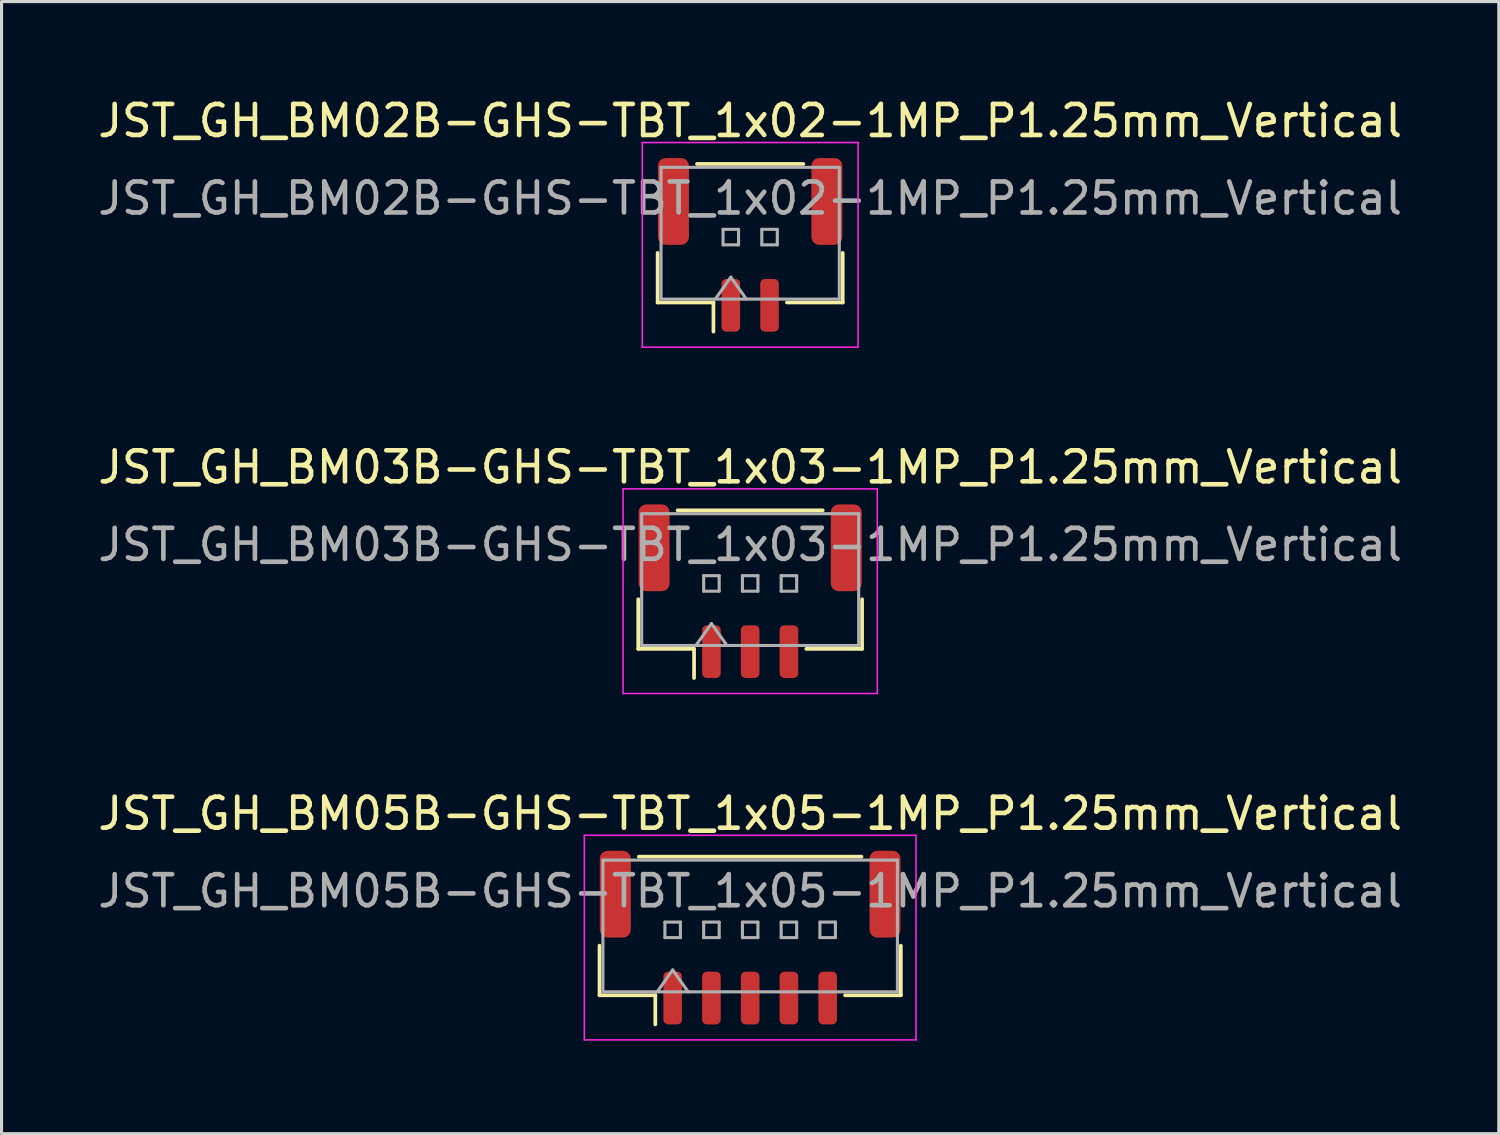
<source format=kicad_pcb>
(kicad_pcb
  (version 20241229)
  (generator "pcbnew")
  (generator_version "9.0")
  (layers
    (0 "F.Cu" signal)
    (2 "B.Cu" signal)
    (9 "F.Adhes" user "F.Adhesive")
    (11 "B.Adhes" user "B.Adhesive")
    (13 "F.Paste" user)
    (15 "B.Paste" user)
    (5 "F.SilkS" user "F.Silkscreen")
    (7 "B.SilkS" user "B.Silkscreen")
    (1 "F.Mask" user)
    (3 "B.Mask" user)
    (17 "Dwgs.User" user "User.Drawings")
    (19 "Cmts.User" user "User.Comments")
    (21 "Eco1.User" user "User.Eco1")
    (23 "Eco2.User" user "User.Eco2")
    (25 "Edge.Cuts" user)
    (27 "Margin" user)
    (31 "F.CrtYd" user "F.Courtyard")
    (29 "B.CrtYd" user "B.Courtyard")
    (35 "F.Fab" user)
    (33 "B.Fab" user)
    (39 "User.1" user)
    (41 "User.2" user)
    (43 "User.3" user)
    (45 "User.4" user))
  (footprint "JST_GH_BM02B-GHS-TBT_1x02-1MP_P1.25mm_Vertical"
    (layer "F.Cu")
    (at 21.149 4.848)
    (property "Reference" "JST_GH_BM02B-GHS-TBT_1x02-1MP_P1.25mm_Vertical" (at 0 -4 0) (layer "F.SilkS") (effects (font (size 1 1) (thickness 0.15))))
    (attr smd)
    (fp_line (start -2.985 0.26) (end -2.985 1.86) (stroke (width 0.12) (type solid)) (layer "F.SilkS"))
    (fp_line (start -2.985 1.86) (end -1.185 1.86) (stroke (width 0.12) (type solid)) (layer "F.SilkS"))
    (fp_line (start -1.715 -2.61) (end 1.715 -2.61) (stroke (width 0.12) (type solid)) (layer "F.SilkS"))
    (fp_line (start -1.185 1.86) (end -1.185 2.8) (stroke (width 0.12) (type solid)) (layer "F.SilkS"))
    (fp_line (start 2.985 0.26) (end 2.985 1.86) (stroke (width 0.12) (type solid)) (layer "F.SilkS"))
    (fp_line (start 2.985 1.86) (end 1.185 1.86) (stroke (width 0.12) (type solid)) (layer "F.SilkS"))
    (fp_line (start -3.48 -3.3) (end -3.48 3.3) (stroke (width 0.05) (type solid)) (layer "F.CrtYd"))
    (fp_line (start -3.48 3.3) (end 3.48 3.3) (stroke (width 0.05) (type solid)) (layer "F.CrtYd"))
    (fp_line (start 3.48 -3.3) (end -3.48 -3.3) (stroke (width 0.05) (type solid)) (layer "F.CrtYd"))
    (fp_line (start 3.48 3.3) (end 3.48 -3.3) (stroke (width 0.05) (type solid)) (layer "F.CrtYd"))
    (fp_line (start -2.875 -2.5) (end 2.875 -2.5) (stroke (width 0.1) (type solid)) (layer "F.Fab"))
    (fp_line (start -2.875 1.75) (end -2.875 -2.5) (stroke (width 0.1) (type solid)) (layer "F.Fab"))
    (fp_line (start -2.875 1.75) (end 2.875 1.75) (stroke (width 0.1) (type solid)) (layer "F.Fab"))
    (fp_line (start -1.125 1.75) (end -0.625 1.043) (stroke (width 0.1) (type solid)) (layer "F.Fab"))
    (fp_line (start -0.875 -0.5) (end -0.875 0) (stroke (width 0.1) (type solid)) (layer "F.Fab"))
    (fp_line (start -0.875 0) (end -0.375 0) (stroke (width 0.1) (type solid)) (layer "F.Fab"))
    (fp_line (start -0.625 1.043) (end -0.125 1.75) (stroke (width 0.1) (type solid)) (layer "F.Fab"))
    (fp_line (start -0.375 -0.5) (end -0.875 -0.5) (stroke (width 0.1) (type solid)) (layer "F.Fab"))
    (fp_line (start -0.375 0) (end -0.375 -0.5) (stroke (width 0.1) (type solid)) (layer "F.Fab"))
    (fp_line (start 0.375 -0.5) (end 0.375 0) (stroke (width 0.1) (type solid)) (layer "F.Fab"))
    (fp_line (start 0.375 0) (end 0.875 0) (stroke (width 0.1) (type solid)) (layer "F.Fab"))
    (fp_line (start 0.875 -0.5) (end 0.375 -0.5) (stroke (width 0.1) (type solid)) (layer "F.Fab"))
    (fp_line (start 0.875 0) (end 0.875 -0.5) (stroke (width 0.1) (type solid)) (layer "F.Fab"))
    (fp_line (start 2.875 1.75) (end 2.875 -2.5) (stroke (width 0.1) (type solid)) (layer "F.Fab"))
    (fp_text user "${REFERENCE}" (at 0 -1.5 0) (layer "F.Fab") (effects (font (size 1 1) (thickness 0.15))))
    (pad "1" smd roundrect (at -0.625 1.95) (size 0.6 1.7) (layers "F.Cu" "F.Mask" "F.Paste") (roundrect_rratio 0.25))
    (pad "2" smd roundrect (at 0.625 1.95) (size 0.6 1.7) (layers "F.Cu" "F.Mask" "F.Paste") (roundrect_rratio 0.25))
    (pad "MP" smd roundrect (at -2.475 -1.4) (size 1 2.8) (layers "F.Cu" "F.Mask" "F.Paste") (roundrect_rratio 0.25))
    (pad "MP" smd roundrect (at 2.475 -1.4) (size 1 2.8) (layers "F.Cu" "F.Mask" "F.Paste") (roundrect_rratio 0.25)))
  (footprint "JST_GH_BM03B-GHS-TBT_1x03-1MP_P1.25mm_Vertical"
    (layer "F.Cu")
    (at 21.149 16.021)
    (property "Reference" "JST_GH_BM03B-GHS-TBT_1x03-1MP_P1.25mm_Vertical" (at 0 -4 0) (layer "F.SilkS") (effects (font (size 1 1) (thickness 0.15))))
    (attr smd)
    (fp_line (start -3.61 0.26) (end -3.61 1.86) (stroke (width 0.12) (type solid)) (layer "F.SilkS"))
    (fp_line (start -3.61 1.86) (end -1.81 1.86) (stroke (width 0.12) (type solid)) (layer "F.SilkS"))
    (fp_line (start -2.34 -2.61) (end 2.34 -2.61) (stroke (width 0.12) (type solid)) (layer "F.SilkS"))
    (fp_line (start -1.81 1.86) (end -1.81 2.8) (stroke (width 0.12) (type solid)) (layer "F.SilkS"))
    (fp_line (start 3.61 0.26) (end 3.61 1.86) (stroke (width 0.12) (type solid)) (layer "F.SilkS"))
    (fp_line (start 3.61 1.86) (end 1.81 1.86) (stroke (width 0.12) (type solid)) (layer "F.SilkS"))
    (fp_line (start -4.1 -3.3) (end -4.1 3.3) (stroke (width 0.05) (type solid)) (layer "F.CrtYd"))
    (fp_line (start -4.1 3.3) (end 4.1 3.3) (stroke (width 0.05) (type solid)) (layer "F.CrtYd"))
    (fp_line (start 4.1 -3.3) (end -4.1 -3.3) (stroke (width 0.05) (type solid)) (layer "F.CrtYd"))
    (fp_line (start 4.1 3.3) (end 4.1 -3.3) (stroke (width 0.05) (type solid)) (layer "F.CrtYd"))
    (fp_line (start -3.5 -2.5) (end 3.5 -2.5) (stroke (width 0.1) (type solid)) (layer "F.Fab"))
    (fp_line (start -3.5 1.75) (end -3.5 -2.5) (stroke (width 0.1) (type solid)) (layer "F.Fab"))
    (fp_line (start -3.5 1.75) (end 3.5 1.75) (stroke (width 0.1) (type solid)) (layer "F.Fab"))
    (fp_line (start -1.75 1.75) (end -1.25 1.043) (stroke (width 0.1) (type solid)) (layer "F.Fab"))
    (fp_line (start -1.5 -0.5) (end -1.5 0) (stroke (width 0.1) (type solid)) (layer "F.Fab"))
    (fp_line (start -1.5 0) (end -1 0) (stroke (width 0.1) (type solid)) (layer "F.Fab"))
    (fp_line (start -1.25 1.043) (end -0.75 1.75) (stroke (width 0.1) (type solid)) (layer "F.Fab"))
    (fp_line (start -1 -0.5) (end -1.5 -0.5) (stroke (width 0.1) (type solid)) (layer "F.Fab"))
    (fp_line (start -1 0) (end -1 -0.5) (stroke (width 0.1) (type solid)) (layer "F.Fab"))
    (fp_line (start -0.25 -0.5) (end -0.25 0) (stroke (width 0.1) (type solid)) (layer "F.Fab"))
    (fp_line (start -0.25 0) (end 0.25 0) (stroke (width 0.1) (type solid)) (layer "F.Fab"))
    (fp_line (start 0.25 -0.5) (end -0.25 -0.5) (stroke (width 0.1) (type solid)) (layer "F.Fab"))
    (fp_line (start 0.25 0) (end 0.25 -0.5) (stroke (width 0.1) (type solid)) (layer "F.Fab"))
    (fp_line (start 1 -0.5) (end 1 0) (stroke (width 0.1) (type solid)) (layer "F.Fab"))
    (fp_line (start 1 0) (end 1.5 0) (stroke (width 0.1) (type solid)) (layer "F.Fab"))
    (fp_line (start 1.5 -0.5) (end 1 -0.5) (stroke (width 0.1) (type solid)) (layer "F.Fab"))
    (fp_line (start 1.5 0) (end 1.5 -0.5) (stroke (width 0.1) (type solid)) (layer "F.Fab"))
    (fp_line (start 3.5 1.75) (end 3.5 -2.5) (stroke (width 0.1) (type solid)) (layer "F.Fab"))
    (fp_text user "${REFERENCE}" (at 0 -1.5 0) (layer "F.Fab") (effects (font (size 1 1) (thickness 0.15))))
    (pad "1" smd roundrect (at -1.25 1.95) (size 0.6 1.7) (layers "F.Cu" "F.Mask" "F.Paste") (roundrect_rratio 0.25))
    (pad "2" smd roundrect (at 0 1.95) (size 0.6 1.7) (layers "F.Cu" "F.Mask" "F.Paste") (roundrect_rratio 0.25))
    (pad "3" smd roundrect (at 1.25 1.95) (size 0.6 1.7) (layers "F.Cu" "F.Mask" "F.Paste") (roundrect_rratio 0.25))
    (pad "MP" smd roundrect (at -3.1 -1.4) (size 1 2.8) (layers "F.Cu" "F.Mask" "F.Paste") (roundrect_rratio 0.25))
    (pad "MP" smd roundrect (at 3.1 -1.4) (size 1 2.8) (layers "F.Cu" "F.Mask" "F.Paste") (roundrect_rratio 0.25)))
  (footprint "JST_GH_BM05B-GHS-TBT_1x05-1MP_P1.25mm_Vertical"
    (layer "F.Cu")
    (at 21.149 27.195)
    (property "Reference" "JST_GH_BM05B-GHS-TBT_1x05-1MP_P1.25mm_Vertical" (at 0 -4 0) (layer "F.SilkS") (effects (font (size 1 1) (thickness 0.15))))
    (attr smd)
    (fp_line (start -4.86 0.26) (end -4.86 1.86) (stroke (width 0.12) (type solid)) (layer "F.SilkS"))
    (fp_line (start -4.86 1.86) (end -3.06 1.86) (stroke (width 0.12) (type solid)) (layer "F.SilkS"))
    (fp_line (start -3.59 -2.61) (end 3.59 -2.61) (stroke (width 0.12) (type solid)) (layer "F.SilkS"))
    (fp_line (start -3.06 1.86) (end -3.06 2.8) (stroke (width 0.12) (type solid)) (layer "F.SilkS"))
    (fp_line (start 4.86 0.26) (end 4.86 1.86) (stroke (width 0.12) (type solid)) (layer "F.SilkS"))
    (fp_line (start 4.86 1.86) (end 3.06 1.86) (stroke (width 0.12) (type solid)) (layer "F.SilkS"))
    (fp_line (start -5.35 -3.3) (end -5.35 3.3) (stroke (width 0.05) (type solid)) (layer "F.CrtYd"))
    (fp_line (start -5.35 3.3) (end 5.35 3.3) (stroke (width 0.05) (type solid)) (layer "F.CrtYd"))
    (fp_line (start 5.35 -3.3) (end -5.35 -3.3) (stroke (width 0.05) (type solid)) (layer "F.CrtYd"))
    (fp_line (start 5.35 3.3) (end 5.35 -3.3) (stroke (width 0.05) (type solid)) (layer "F.CrtYd"))
    (fp_line (start -4.75 -2.5) (end 4.75 -2.5) (stroke (width 0.1) (type solid)) (layer "F.Fab"))
    (fp_line (start -4.75 1.75) (end -4.75 -2.5) (stroke (width 0.1) (type solid)) (layer "F.Fab"))
    (fp_line (start -4.75 1.75) (end 4.75 1.75) (stroke (width 0.1) (type solid)) (layer "F.Fab"))
    (fp_line (start -3 1.75) (end -2.5 1.043) (stroke (width 0.1) (type solid)) (layer "F.Fab"))
    (fp_line (start -2.75 -0.5) (end -2.75 0) (stroke (width 0.1) (type solid)) (layer "F.Fab"))
    (fp_line (start -2.75 0) (end -2.25 0) (stroke (width 0.1) (type solid)) (layer "F.Fab"))
    (fp_line (start -2.5 1.043) (end -2 1.75) (stroke (width 0.1) (type solid)) (layer "F.Fab"))
    (fp_line (start -2.25 -0.5) (end -2.75 -0.5) (stroke (width 0.1) (type solid)) (layer "F.Fab"))
    (fp_line (start -2.25 0) (end -2.25 -0.5) (stroke (width 0.1) (type solid)) (layer "F.Fab"))
    (fp_line (start -1.5 -0.5) (end -1.5 0) (stroke (width 0.1) (type solid)) (layer "F.Fab"))
    (fp_line (start -1.5 0) (end -1 0) (stroke (width 0.1) (type solid)) (layer "F.Fab"))
    (fp_line (start -1 -0.5) (end -1.5 -0.5) (stroke (width 0.1) (type solid)) (layer "F.Fab"))
    (fp_line (start -1 0) (end -1 -0.5) (stroke (width 0.1) (type solid)) (layer "F.Fab"))
    (fp_line (start -0.25 -0.5) (end -0.25 0) (stroke (width 0.1) (type solid)) (layer "F.Fab"))
    (fp_line (start -0.25 0) (end 0.25 0) (stroke (width 0.1) (type solid)) (layer "F.Fab"))
    (fp_line (start 0.25 -0.5) (end -0.25 -0.5) (stroke (width 0.1) (type solid)) (layer "F.Fab"))
    (fp_line (start 0.25 0) (end 0.25 -0.5) (stroke (width 0.1) (type solid)) (layer "F.Fab"))
    (fp_line (start 1 -0.5) (end 1 0) (stroke (width 0.1) (type solid)) (layer "F.Fab"))
    (fp_line (start 1 0) (end 1.5 0) (stroke (width 0.1) (type solid)) (layer "F.Fab"))
    (fp_line (start 1.5 -0.5) (end 1 -0.5) (stroke (width 0.1) (type solid)) (layer "F.Fab"))
    (fp_line (start 1.5 0) (end 1.5 -0.5) (stroke (width 0.1) (type solid)) (layer "F.Fab"))
    (fp_line (start 2.25 -0.5) (end 2.25 0) (stroke (width 0.1) (type solid)) (layer "F.Fab"))
    (fp_line (start 2.25 0) (end 2.75 0) (stroke (width 0.1) (type solid)) (layer "F.Fab"))
    (fp_line (start 2.75 -0.5) (end 2.25 -0.5) (stroke (width 0.1) (type solid)) (layer "F.Fab"))
    (fp_line (start 2.75 0) (end 2.75 -0.5) (stroke (width 0.1) (type solid)) (layer "F.Fab"))
    (fp_line (start 4.75 1.75) (end 4.75 -2.5) (stroke (width 0.1) (type solid)) (layer "F.Fab"))
    (fp_text user "${REFERENCE}" (at 0 -1.5 0) (layer "F.Fab") (effects (font (size 1 1) (thickness 0.15))))
    (pad "1" smd roundrect (at -2.5 1.95) (size 0.6 1.7) (layers "F.Cu" "F.Mask" "F.Paste") (roundrect_rratio 0.25))
    (pad "2" smd roundrect (at -1.25 1.95) (size 0.6 1.7) (layers "F.Cu" "F.Mask" "F.Paste") (roundrect_rratio 0.25))
    (pad "3" smd roundrect (at 0 1.95) (size 0.6 1.7) (layers "F.Cu" "F.Mask" "F.Paste") (roundrect_rratio 0.25))
    (pad "4" smd roundrect (at 1.25 1.95) (size 0.6 1.7) (layers "F.Cu" "F.Mask" "F.Paste") (roundrect_rratio 0.25))
    (pad "5" smd roundrect (at 2.5 1.95) (size 0.6 1.7) (layers "F.Cu" "F.Mask" "F.Paste") (roundrect_rratio 0.25))
    (pad "MP" smd roundrect (at -4.35 -1.4) (size 1 2.8) (layers "F.Cu" "F.Mask" "F.Paste") (roundrect_rratio 0.25))
    (pad "MP" smd roundrect (at 4.35 -1.4) (size 1 2.8) (layers "F.Cu" "F.Mask" "F.Paste") (roundrect_rratio 0.25)))
  (gr_rect
    (start -3 -3)
    (end 45.298 33.52)
    (stroke (width 0.1) (type default))
    (fill no)
    (layer "Edge.Cuts")))
</source>
